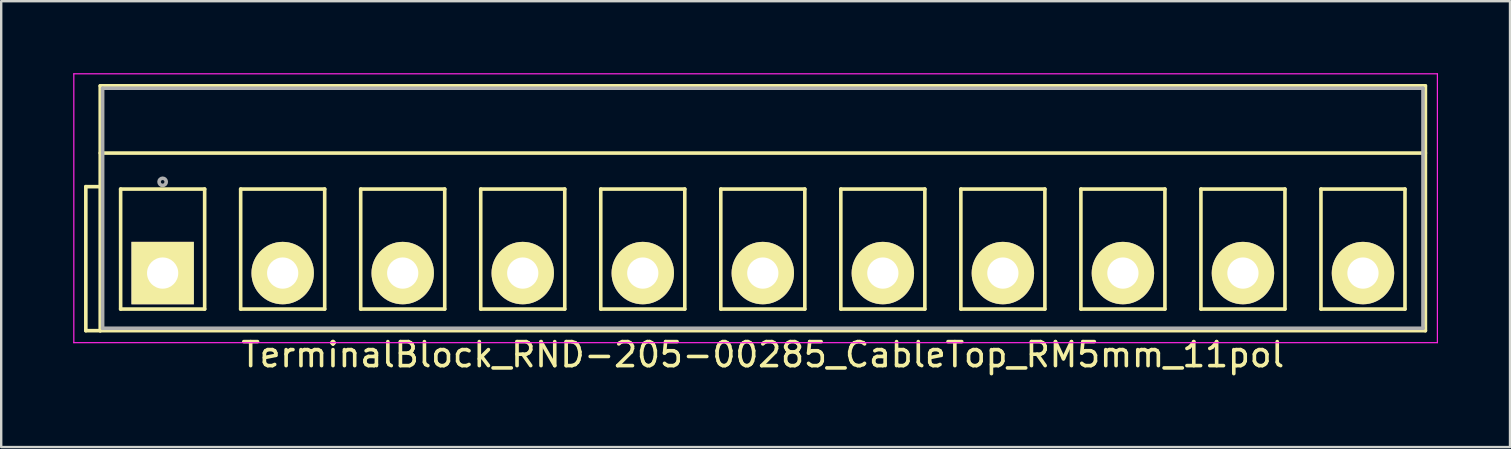
<source format=kicad_pcb>
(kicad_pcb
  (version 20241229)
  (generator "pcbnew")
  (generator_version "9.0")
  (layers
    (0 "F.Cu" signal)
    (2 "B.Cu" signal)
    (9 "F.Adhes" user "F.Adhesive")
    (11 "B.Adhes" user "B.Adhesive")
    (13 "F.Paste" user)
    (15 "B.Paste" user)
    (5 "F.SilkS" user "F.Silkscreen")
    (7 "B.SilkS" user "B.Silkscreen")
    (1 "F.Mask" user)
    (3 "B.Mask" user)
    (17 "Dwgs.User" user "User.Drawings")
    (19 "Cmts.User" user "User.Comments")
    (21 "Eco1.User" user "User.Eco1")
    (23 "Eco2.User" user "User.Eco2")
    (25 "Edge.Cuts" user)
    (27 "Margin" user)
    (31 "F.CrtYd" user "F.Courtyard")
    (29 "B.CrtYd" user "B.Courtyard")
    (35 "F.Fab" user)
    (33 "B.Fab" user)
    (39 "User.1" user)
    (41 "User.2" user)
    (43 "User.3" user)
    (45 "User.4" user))
  (footprint "TerminalBlock_RND-205-00285_CableTop_RM5mm_11pol"
    (layer "F.Cu")
    (at 3.725 8.325)
    (property "Reference" "TerminalBlock_RND-205-00285_CableTop_RM5mm_11pol" (at 25 3.4 0) (layer "F.SilkS") (effects (font (size 1 1) (thickness 0.15))))
    (attr through_hole)
    (fp_line (start -3.2 -3.6) (end -2.6 -3.6) (stroke (width 0.15) (type solid)) (layer "F.SilkS"))
    (fp_line (start -3.2 2.4) (end -3.2 -3.6) (stroke (width 0.15) (type solid)) (layer "F.SilkS"))
    (fp_line (start -2.6 -7.8) (end 52.6 -7.8) (stroke (width 0.15) (type solid)) (layer "F.SilkS"))
    (fp_line (start -2.6 -5) (end 52.6 -5) (stroke (width 0.15) (type solid)) (layer "F.SilkS"))
    (fp_line (start -2.6 2.4) (end -3.2 2.4) (stroke (width 0.15) (type solid)) (layer "F.SilkS"))
    (fp_line (start -2.6 2.4) (end -2.6 -7.8) (stroke (width 0.15) (type solid)) (layer "F.SilkS"))
    (fp_line (start -1.75 -3.5) (end -1.75 1.5) (stroke (width 0.15) (type solid)) (layer "F.SilkS"))
    (fp_line (start -1.75 1.5) (end 1.75 1.5) (stroke (width 0.15) (type solid)) (layer "F.SilkS"))
    (fp_line (start 1.75 -3.5) (end -1.75 -3.5) (stroke (width 0.15) (type solid)) (layer "F.SilkS"))
    (fp_line (start 1.75 1.5) (end 1.75 -3.5) (stroke (width 0.15) (type solid)) (layer "F.SilkS"))
    (fp_line (start 3.25 -3.5) (end 3.25 1.5) (stroke (width 0.15) (type solid)) (layer "F.SilkS"))
    (fp_line (start 3.25 1.5) (end 6.75 1.5) (stroke (width 0.15) (type solid)) (layer "F.SilkS"))
    (fp_line (start 6.75 -3.5) (end 3.25 -3.5) (stroke (width 0.15) (type solid)) (layer "F.SilkS"))
    (fp_line (start 6.75 1.5) (end 6.75 -3.5) (stroke (width 0.15) (type solid)) (layer "F.SilkS"))
    (fp_line (start 8.25 -3.5) (end 8.25 1.5) (stroke (width 0.15) (type solid)) (layer "F.SilkS"))
    (fp_line (start 8.25 1.5) (end 11.75 1.5) (stroke (width 0.15) (type solid)) (layer "F.SilkS"))
    (fp_line (start 11.75 -3.5) (end 8.25 -3.5) (stroke (width 0.15) (type solid)) (layer "F.SilkS"))
    (fp_line (start 11.75 1.5) (end 11.75 -3.5) (stroke (width 0.15) (type solid)) (layer "F.SilkS"))
    (fp_line (start 13.25 -3.5) (end 13.25 1.5) (stroke (width 0.15) (type solid)) (layer "F.SilkS"))
    (fp_line (start 13.25 1.5) (end 16.75 1.5) (stroke (width 0.15) (type solid)) (layer "F.SilkS"))
    (fp_line (start 16.75 -3.5) (end 13.25 -3.5) (stroke (width 0.15) (type solid)) (layer "F.SilkS"))
    (fp_line (start 16.75 1.5) (end 16.75 -3.5) (stroke (width 0.15) (type solid)) (layer "F.SilkS"))
    (fp_line (start 18.25 -3.5) (end 18.25 1.5) (stroke (width 0.15) (type solid)) (layer "F.SilkS"))
    (fp_line (start 18.25 1.5) (end 21.75 1.5) (stroke (width 0.15) (type solid)) (layer "F.SilkS"))
    (fp_line (start 21.75 -3.5) (end 18.25 -3.5) (stroke (width 0.15) (type solid)) (layer "F.SilkS"))
    (fp_line (start 21.75 1.5) (end 21.75 -3.5) (stroke (width 0.15) (type solid)) (layer "F.SilkS"))
    (fp_line (start 23.25 -3.5) (end 23.25 1.5) (stroke (width 0.15) (type solid)) (layer "F.SilkS"))
    (fp_line (start 23.25 1.5) (end 26.75 1.5) (stroke (width 0.15) (type solid)) (layer "F.SilkS"))
    (fp_line (start 26.75 -3.5) (end 23.25 -3.5) (stroke (width 0.15) (type solid)) (layer "F.SilkS"))
    (fp_line (start 26.75 1.5) (end 26.75 -3.5) (stroke (width 0.15) (type solid)) (layer "F.SilkS"))
    (fp_line (start 28.25 -3.5) (end 28.25 1.5) (stroke (width 0.15) (type solid)) (layer "F.SilkS"))
    (fp_line (start 28.25 1.5) (end 31.75 1.5) (stroke (width 0.15) (type solid)) (layer "F.SilkS"))
    (fp_line (start 31.75 -3.5) (end 28.25 -3.5) (stroke (width 0.15) (type solid)) (layer "F.SilkS"))
    (fp_line (start 31.75 1.5) (end 31.75 -3.5) (stroke (width 0.15) (type solid)) (layer "F.SilkS"))
    (fp_line (start 33.25 -3.5) (end 33.25 1.5) (stroke (width 0.15) (type solid)) (layer "F.SilkS"))
    (fp_line (start 33.25 1.5) (end 36.75 1.5) (stroke (width 0.15) (type solid)) (layer "F.SilkS"))
    (fp_line (start 36.75 -3.5) (end 33.25 -3.5) (stroke (width 0.15) (type solid)) (layer "F.SilkS"))
    (fp_line (start 36.75 1.5) (end 36.75 -3.5) (stroke (width 0.15) (type solid)) (layer "F.SilkS"))
    (fp_line (start 38.25 -3.5) (end 38.25 1.5) (stroke (width 0.15) (type solid)) (layer "F.SilkS"))
    (fp_line (start 38.25 1.5) (end 41.75 1.5) (stroke (width 0.15) (type solid)) (layer "F.SilkS"))
    (fp_line (start 41.75 -3.5) (end 38.25 -3.5) (stroke (width 0.15) (type solid)) (layer "F.SilkS"))
    (fp_line (start 41.75 1.5) (end 41.75 -3.5) (stroke (width 0.15) (type solid)) (layer "F.SilkS"))
    (fp_line (start 43.25 -3.5) (end 43.25 1.5) (stroke (width 0.15) (type solid)) (layer "F.SilkS"))
    (fp_line (start 43.25 1.5) (end 46.75 1.5) (stroke (width 0.15) (type solid)) (layer "F.SilkS"))
    (fp_line (start 46.75 -3.5) (end 43.25 -3.5) (stroke (width 0.15) (type solid)) (layer "F.SilkS"))
    (fp_line (start 46.75 1.5) (end 46.75 -3.5) (stroke (width 0.15) (type solid)) (layer "F.SilkS"))
    (fp_line (start 48.25 -3.5) (end 48.25 1.5) (stroke (width 0.15) (type solid)) (layer "F.SilkS"))
    (fp_line (start 48.25 1.5) (end 51.75 1.5) (stroke (width 0.15) (type solid)) (layer "F.SilkS"))
    (fp_line (start 51.75 -3.5) (end 48.25 -3.5) (stroke (width 0.15) (type solid)) (layer "F.SilkS"))
    (fp_line (start 51.75 1.5) (end 51.75 -3.5) (stroke (width 0.15) (type solid)) (layer "F.SilkS"))
    (fp_line (start 52.6 -7.8) (end 52.6 2.4) (stroke (width 0.15) (type solid)) (layer "F.SilkS"))
    (fp_line (start 52.6 2.4) (end -2.6 2.4) (stroke (width 0.15) (type solid)) (layer "F.SilkS"))
    (fp_line (start -3.7 -8.3) (end 53.1 -8.3) (stroke (width 0.05) (type solid)) (layer "F.CrtYd"))
    (fp_line (start -3.7 2.9) (end -3.7 -8.3) (stroke (width 0.05) (type solid)) (layer "F.CrtYd"))
    (fp_line (start 53.1 -8.3) (end 53.1 2.9) (stroke (width 0.05) (type solid)) (layer "F.CrtYd"))
    (fp_line (start 53.1 2.9) (end -3.7 2.9) (stroke (width 0.05) (type solid)) (layer "F.CrtYd"))
    (fp_line (start -2.5 -7.7) (end 52.5 -7.7) (stroke (width 0.15) (type solid)) (layer "F.Fab"))
    (fp_line (start -2.5 2.3) (end -2.5 -7.7) (stroke (width 0.15) (type solid)) (layer "F.Fab"))
    (fp_line (start 52.5 -7.7) (end 52.5 2.3) (stroke (width 0.15) (type solid)) (layer "F.Fab"))
    (fp_line (start 52.5 2.3) (end -2.5 2.3) (stroke (width 0.15) (type solid)) (layer "F.Fab"))
    (fp_circle (center 0 -3.8) (end -0.15 -3.8) (stroke (width 0.15) (type solid)) (fill no) (layer "F.Fab"))
    (pad "1" thru_hole rect (at 0 0) (size 2.6 2.6) (drill 1.3) (layers "*.Cu" "*.Mask" "F.SilkS"))
    (pad "2" thru_hole circle (at 5 0) (size 2.6 2.6) (drill 1.3) (layers "*.Cu" "*.Mask" "F.SilkS"))
    (pad "3" thru_hole circle (at 10 0) (size 2.6 2.6) (drill 1.3) (layers "*.Cu" "*.Mask" "F.SilkS"))
    (pad "4" thru_hole circle (at 15 0) (size 2.6 2.6) (drill 1.3) (layers "*.Cu" "*.Mask" "F.SilkS"))
    (pad "5" thru_hole circle (at 20 0) (size 2.6 2.6) (drill 1.3) (layers "*.Cu" "*.Mask" "F.SilkS"))
    (pad "6" thru_hole circle (at 25 0) (size 2.6 2.6) (drill 1.3) (layers "*.Cu" "*.Mask" "F.SilkS"))
    (pad "7" thru_hole circle (at 30 0) (size 2.6 2.6) (drill 1.3) (layers "*.Cu" "*.Mask" "F.SilkS"))
    (pad "8" thru_hole circle (at 35 0) (size 2.6 2.6) (drill 1.3) (layers "*.Cu" "*.Mask" "F.SilkS"))
    (pad "9" thru_hole circle (at 40 0) (size 2.6 2.6) (drill 1.3) (layers "*.Cu" "*.Mask" "F.SilkS"))
    (pad "10" thru_hole circle (at 45 0) (size 2.6 2.6) (drill 1.3) (layers "*.Cu" "*.Mask" "F.SilkS"))
    (pad "11" thru_hole circle (at 50 0) (size 2.6 2.6) (drill 1.3) (layers "*.Cu" "*.Mask" "F.SilkS")))
  (gr_rect
    (start -3 -3)
    (end 59.85 15.573)
    (stroke (width 0.1) (type default))
    (fill no)
    (layer "Edge.Cuts")))
</source>
